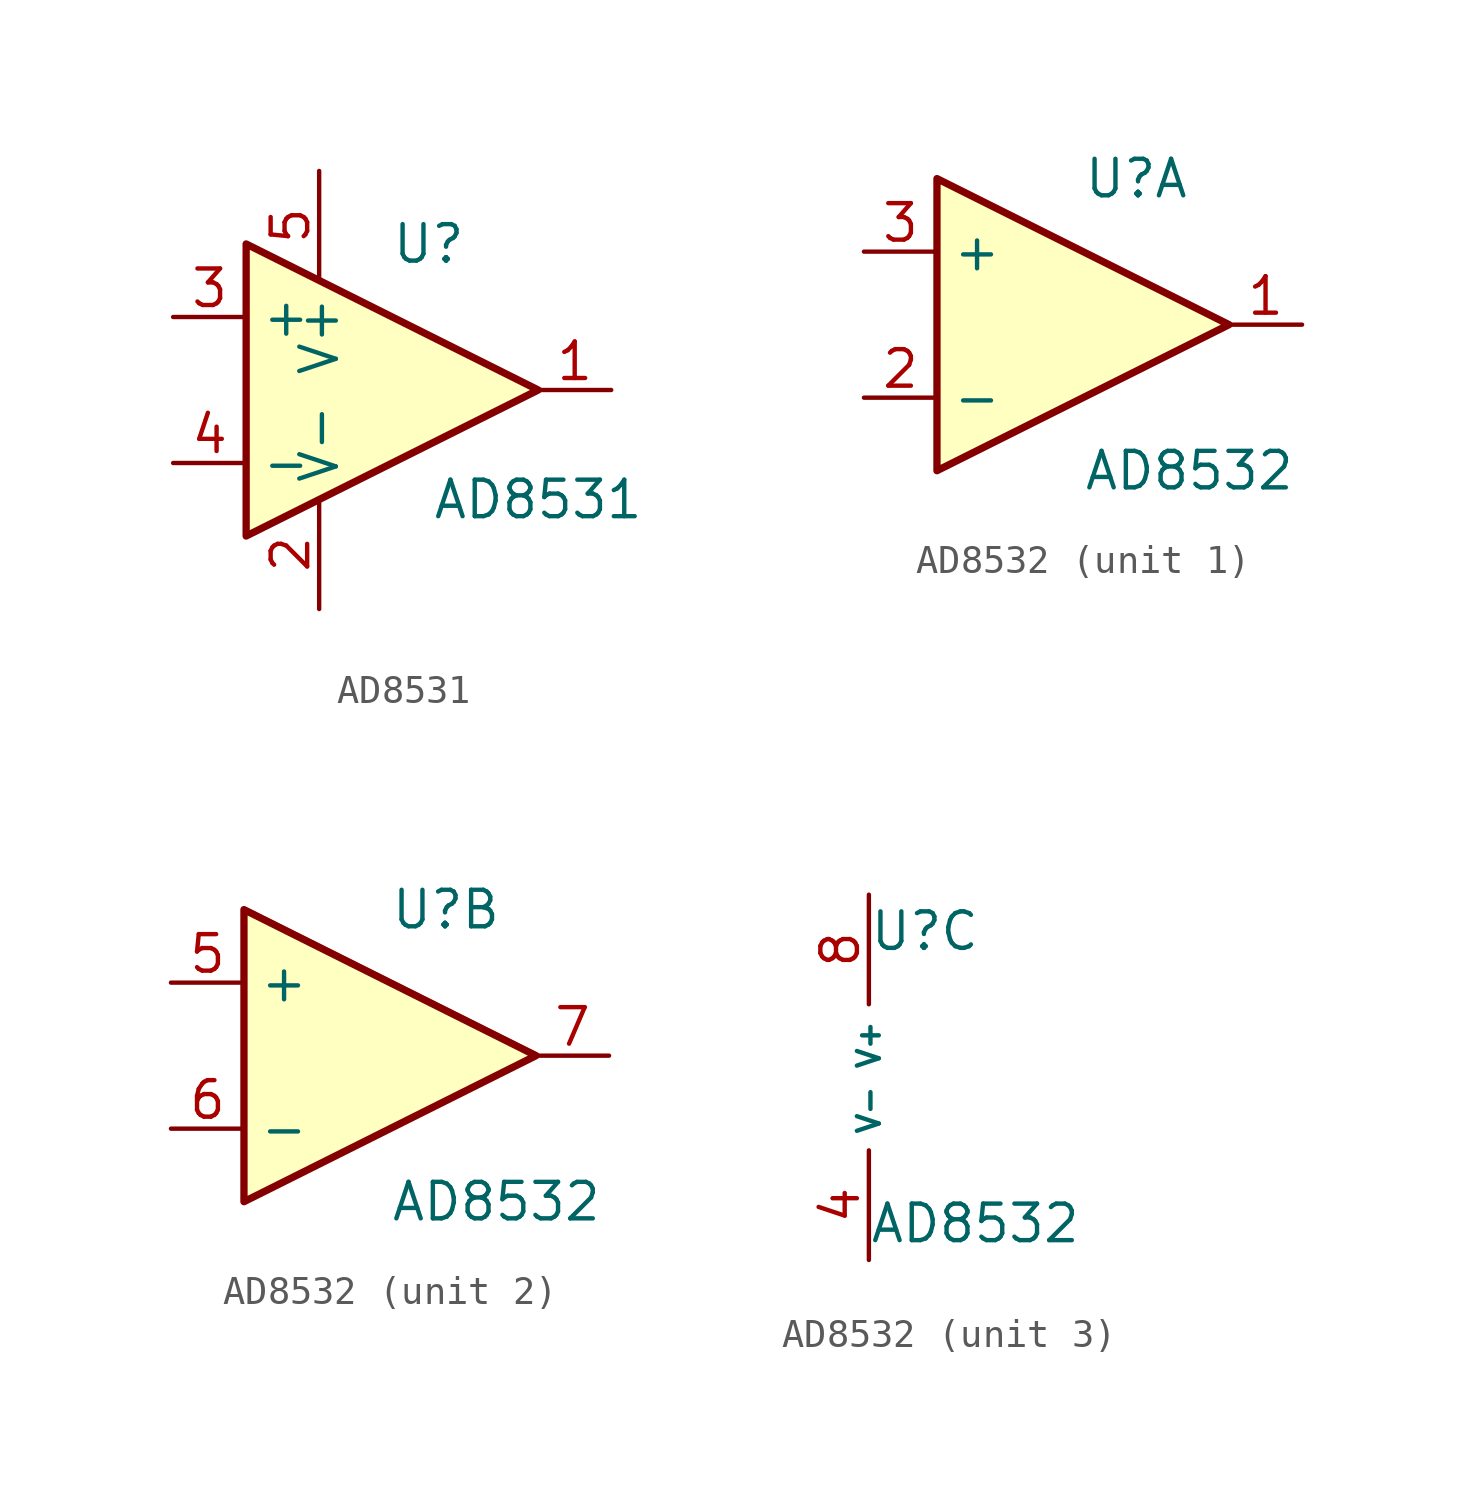
<source format=kicad_sym>
(kicad_symbol_lib
  (version 20220914)
  (generator kicad_symbol_editor)
  (symbol "AD8531"
    (property "Reference" "U"
      (at 1.27 5.08 0)
      (effects (font (size 1.27 1.27))))
    (property "Value" "AD8531"
      (at 5.08 -3.81 0)
      (effects (font (size 1.27 1.27))))
    (symbol "AD8531_1_1"
      (polyline (pts (xy -5.08 5.08) (xy 5.08 0) (xy -5.08 -5.08) (xy -5.08 5.08)) (stroke (width 0.254) (type solid)) (fill (type background)))
      (pin output line (at 7.62 0 180) (length 2.54) (name "~" (effects (font (size 1.27 1.27)))) (number "1" (effects (font (size 1.27 1.27)))))
      (pin power_in line (at -2.54 -7.62 90) (length 3.81) (name "V-" (effects (font (size 1.27 1.27)))) (number "2" (effects (font (size 1.27 1.27)))))
      (pin input line (at -7.62 2.54 0) (length 2.54) (name "+" (effects (font (size 1.27 1.27)))) (number "3" (effects (font (size 1.27 1.27)))))
      (pin input line (at -7.62 -2.54 0) (length 2.54) (name "-" (effects (font (size 1.27 1.27)))) (number "4" (effects (font (size 1.27 1.27)))))
      (pin power_in line (at -2.54 7.62 270) (length 3.81) (name "V+" (effects (font (size 1.27 1.27)))) (number "5" (effects (font (size 1.27 1.27)))))))
  (symbol "AD8532"
    (property "Reference" "U"
      (at 0 5.08 0)
      (effects (font (size 1.27 1.27)) (justify left)))
    (property "Value" "AD8532"
      (at 0 -5.08 0)
      (effects (font (size 1.27 1.27)) (justify left)))
    (property "ki_locked" ""
      (at 0 0 0)
      (effects (font (size 1.27 1.27))))
    (symbol "AD8532_1_1"
      (polyline (pts (xy -5.08 5.08) (xy 5.08 0) (xy -5.08 -5.08) (xy -5.08 5.08)) (stroke (width 0.254) (type solid)) (fill (type background)))
      (pin output line (at 7.62 0 180) (length 2.54) (name "~" (effects (font (size 1.27 1.27)))) (number "1" (effects (font (size 1.27 1.27)))))
      (pin input line (at -7.62 -2.54 0) (length 2.54) (name "-" (effects (font (size 1.27 1.27)))) (number "2" (effects (font (size 1.27 1.27)))))
      (pin input line (at -7.62 2.54 0) (length 2.54) (name "+" (effects (font (size 1.27 1.27)))) (number "3" (effects (font (size 1.27 1.27))))))
    (symbol "AD8532_2_1"
      (polyline (pts (xy -5.08 5.08) (xy 5.08 0) (xy -5.08 -5.08) (xy -5.08 5.08)) (stroke (width 0.254) (type solid)) (fill (type background)))
      (pin input line (at -7.62 2.54 0) (length 2.54) (name "+" (effects (font (size 1.27 1.27)))) (number "5" (effects (font (size 1.27 1.27)))))
      (pin input line (at -7.62 -2.54 0) (length 2.54) (name "-" (effects (font (size 1.27 1.27)))) (number "6" (effects (font (size 1.27 1.27)))))
      (pin output line (at 7.62 0 180) (length 2.54) (name "~" (effects (font (size 1.27 1.27)))) (number "7" (effects (font (size 1.27 1.27))))))
    (symbol "AD8532_3_1"
      (pin power_in line (at 0 -6.35 90) (length 3.81) (name "V-" (effects (font (size 0.762 0.762)))) (number "4" (effects (font (size 1.27 1.27)))))
      (pin power_in line (at 0 6.35 270) (length 3.81) (name "V+" (effects (font (size 0.762 0.762)))) (number "8" (effects (font (size 1.27 1.27))))))))
</source>
